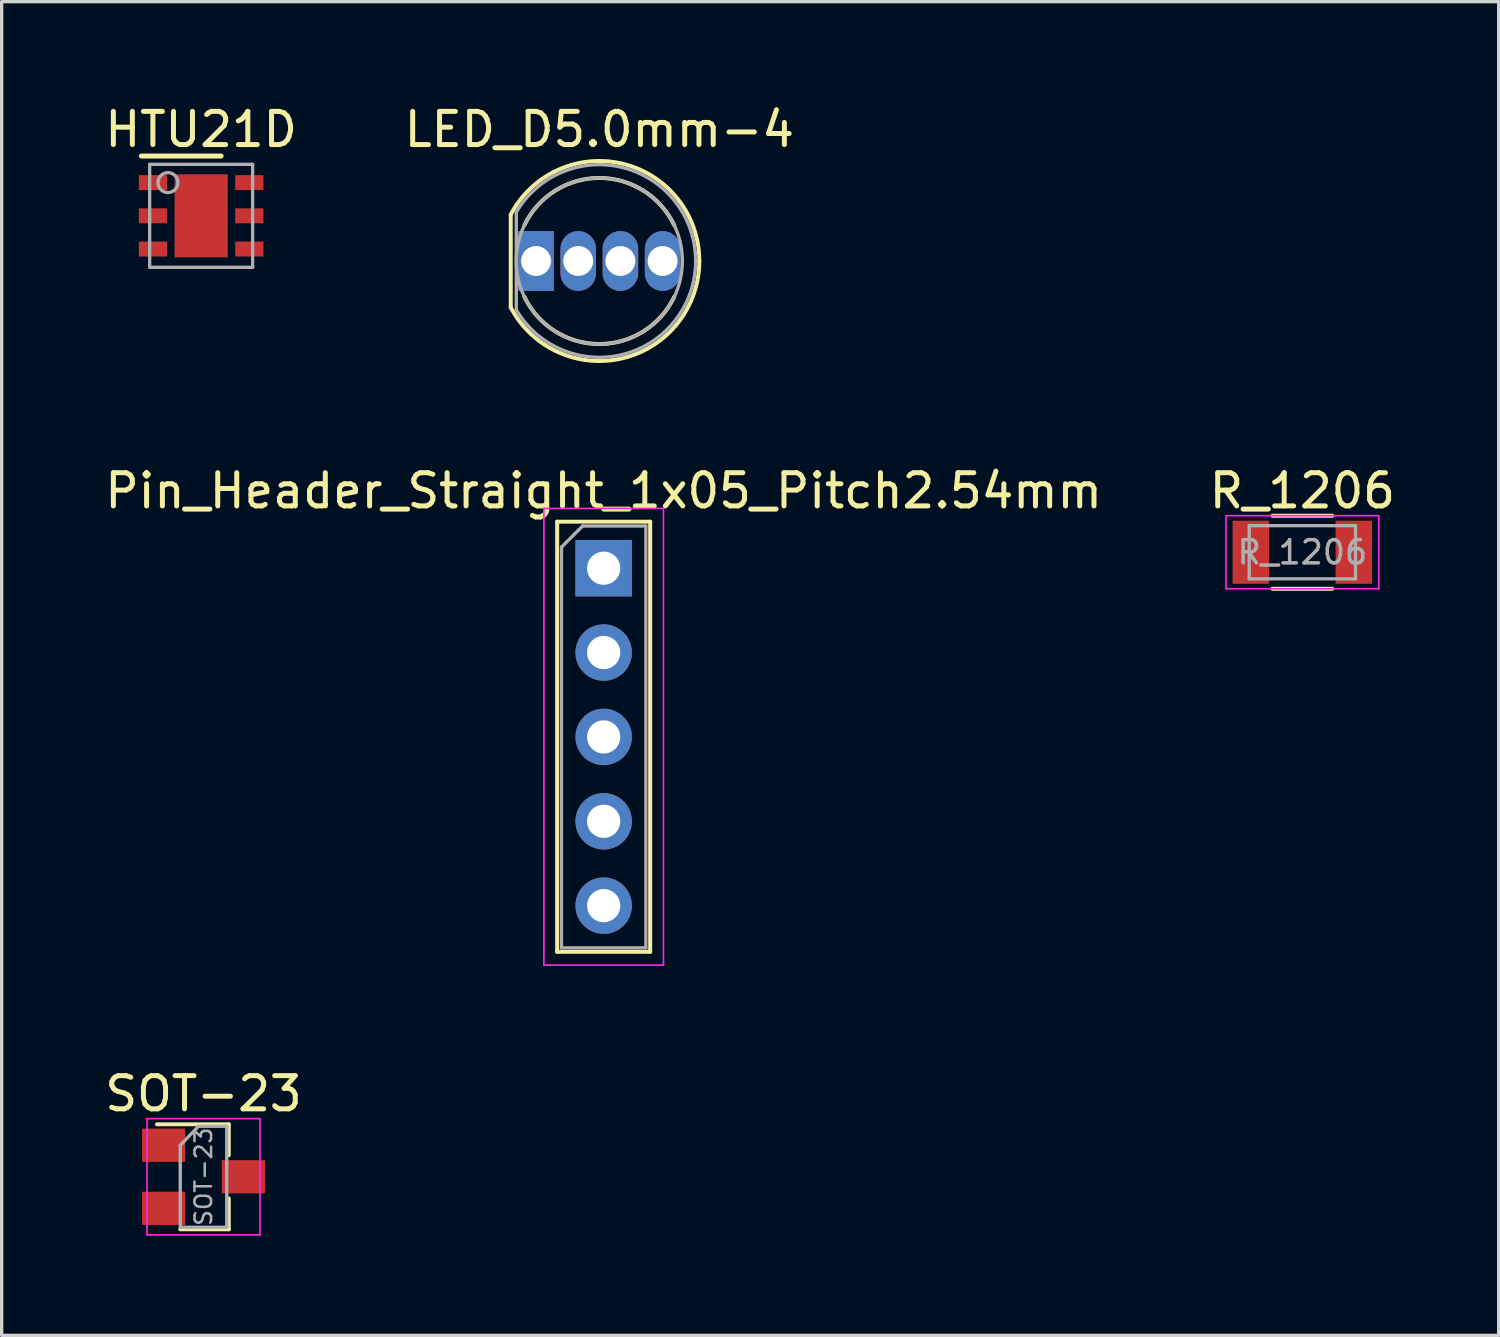
<source format=kicad_pcb>
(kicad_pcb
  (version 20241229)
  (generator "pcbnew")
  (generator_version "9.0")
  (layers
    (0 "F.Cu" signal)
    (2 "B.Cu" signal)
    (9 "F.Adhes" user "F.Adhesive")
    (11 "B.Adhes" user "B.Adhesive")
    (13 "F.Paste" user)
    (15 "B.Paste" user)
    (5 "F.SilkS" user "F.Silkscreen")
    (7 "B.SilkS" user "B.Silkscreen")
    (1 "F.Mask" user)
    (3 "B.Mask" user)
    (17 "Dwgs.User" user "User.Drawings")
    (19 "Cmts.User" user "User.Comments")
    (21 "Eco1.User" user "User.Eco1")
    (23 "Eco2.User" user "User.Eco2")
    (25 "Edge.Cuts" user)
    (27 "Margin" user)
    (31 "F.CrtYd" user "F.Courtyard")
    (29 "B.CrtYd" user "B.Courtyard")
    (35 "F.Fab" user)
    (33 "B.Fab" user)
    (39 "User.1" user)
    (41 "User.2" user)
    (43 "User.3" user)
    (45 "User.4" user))
  (footprint "LED_D5.0mm-4"
    (layer "F.Cu")
    (at 14.994 4.808)
    (property "Reference" "LED_D5.0mm-4" (at 0 -3.96 0) (layer "F.SilkS") (effects (font (size 1 1) (thickness 0.15))))
    (attr through_hole)
    (fp_line (start -2.667 -1.397) (end -2.667 1.397) (stroke (width 0.12) (type solid)) (layer "F.SilkS"))
    (fp_arc (start -2.667 -1.397) (mid 0.719333 -2.923535) (end 3.01073 0) (stroke (width 0.12) (type solid)) (layer "F.SilkS"))
    (fp_arc (start -2.254684 -1.08) (mid -0.000238 -2.5) (end 2.254479 -1.080429) (stroke (width 0.12) (type solid)) (layer "F.SilkS"))
    (fp_arc (start 2.254479 1.080429) (mid -0.000238 2.5) (end -2.254684 1.08) (stroke (width 0.12) (type solid)) (layer "F.SilkS"))
    (fp_arc (start 3.01073 0) (mid 0.719333 2.923535) (end -2.667 1.397) (stroke (width 0.12) (type solid)) (layer "F.SilkS"))
    (fp_line (start -2.5 -1.47) (end -2.5 1.47) (stroke (width 0.1) (type solid)) (layer "F.Fab"))
    (fp_arc (start -2.5 -1.469694) (mid 2.9 0.000016) (end -2.500016 1.469666) (stroke (width 0.1) (type solid)) (layer "F.Fab"))
    (fp_circle (center 0 0) (end 2.5 0) (stroke (width 0.1) (type solid)) (fill no) (layer "F.Fab"))
    (pad "1" thru_hole rect (at -1.905 0) (size 1.07 1.8) (drill 0.9) (layers "*.Cu" "*.Mask"))
    (pad "2" thru_hole oval (at -0.635 0) (size 1.07 1.8) (drill 0.9) (layers "*.Cu" "*.Mask"))
    (pad "3" thru_hole oval (at 0.635 0) (size 1.07 1.8) (drill 0.9) (layers "*.Cu" "*.Mask"))
    (pad "4" thru_hole oval (at 1.905 0) (size 1.07 1.8) (drill 0.9) (layers "*.Cu" "*.Mask")))
  (footprint "HTU21D"
    (layer "F.Cu")
    (at 3.006 3.448)
    (property "Reference" "HTU21D" (at 0 -2.6 0) (layer "F.SilkS") (effects (font (size 1 1) (thickness 0.15))))
    (attr through_hole)
    (fp_line (start -1.8 -1.8) (end 0.6 -1.8) (stroke (width 0.15) (type solid)) (layer "F.SilkS"))
    (fp_line (start -1.55 -1.55) (end 1.55 -1.55) (stroke (width 0.1) (type solid)) (layer "F.Fab"))
    (fp_line (start -1.55 1.55) (end -1.55 -1.55) (stroke (width 0.1) (type solid)) (layer "F.Fab"))
    (fp_line (start 1.55 -1.55) (end 1.55 1.55) (stroke (width 0.1) (type solid)) (layer "F.Fab"))
    (fp_line (start 1.55 1.55) (end -1.55 1.55) (stroke (width 0.1) (type solid)) (layer "F.Fab"))
    (fp_circle (center -1 -1) (end -1 -1.3) (stroke (width 0.1) (type solid)) (fill no) (layer "F.Fab"))
    (pad "0" smd rect (at 0 0) (size 1.6 2.5) (layers "F.Cu" "F.Mask" "F.Paste"))
    (pad "1" smd rect (at -1.45 -1) (size 0.85 0.45) (layers "F.Cu" "F.Mask" "F.Paste"))
    (pad "2" smd rect (at -1.45 0) (size 0.85 0.45) (layers "F.Cu" "F.Mask" "F.Paste"))
    (pad "3" smd rect (at -1.45 1) (size 0.85 0.45) (layers "F.Cu" "F.Mask" "F.Paste"))
    (pad "4" smd rect (at 1.45 1) (size 0.85 0.45) (layers "F.Cu" "F.Mask" "F.Paste"))
    (pad "5" smd rect (at 1.45 0) (size 0.85 0.45) (layers "F.Cu" "F.Mask" "F.Paste"))
    (pad "6" smd rect (at 1.45 -1) (size 0.85 0.45) (layers "F.Cu" "F.Mask" "F.Paste")))
  (footprint "Pin_Header_Straight_1x05_Pitch2.54mm"
    (layer "F.Cu")
    (at 15.125 19.137)
    (property "Reference" "Pin_Header_Straight_1x05_Pitch2.54mm" (at 0 -7.41 0) (layer "F.SilkS") (effects (font (size 1 1) (thickness 0.15))))
    (attr through_hole)
    (fp_line (start -1.4 -6.48) (end -1.4 6.47) (stroke (width 0.12) (type solid)) (layer "F.SilkS"))
    (fp_line (start -1.4 -6.48) (end 1.4 -6.48) (stroke (width 0.12) (type solid)) (layer "F.SilkS"))
    (fp_line (start -1.4 6.47) (end 1.4 6.47) (stroke (width 0.12) (type solid)) (layer "F.SilkS"))
    (fp_line (start 1.4 -6.48) (end 1.4 6.47) (stroke (width 0.12) (type solid)) (layer "F.SilkS"))
    (fp_line (start -1.8 -6.88) (end -1.8 6.87) (stroke (width 0.05) (type solid)) (layer "F.CrtYd"))
    (fp_line (start -1.8 6.87) (end 1.8 6.87) (stroke (width 0.05) (type solid)) (layer "F.CrtYd"))
    (fp_line (start 1.8 -6.88) (end -1.8 -6.88) (stroke (width 0.05) (type solid)) (layer "F.CrtYd"))
    (fp_line (start 1.8 6.87) (end 1.8 -6.88) (stroke (width 0.05) (type solid)) (layer "F.CrtYd"))
    (fp_line (start -1.27 -5.715) (end -0.635 -6.35) (stroke (width 0.1) (type solid)) (layer "F.Fab"))
    (fp_line (start -1.27 6.35) (end -1.27 -5.715) (stroke (width 0.1) (type solid)) (layer "F.Fab"))
    (fp_line (start -0.635 -6.35) (end 1.27 -6.35) (stroke (width 0.1) (type solid)) (layer "F.Fab"))
    (fp_line (start 1.27 -6.35) (end 1.27 6.35) (stroke (width 0.1) (type solid)) (layer "F.Fab"))
    (fp_line (start 1.27 6.35) (end -1.27 6.35) (stroke (width 0.1) (type solid)) (layer "F.Fab"))
    (pad "1" thru_hole rect (at 0 -5.08) (size 1.7 1.7) (drill 1) (layers "*.Cu" "*.Mask"))
    (pad "2" thru_hole oval (at 0 -2.54) (size 1.7 1.7) (drill 1) (layers "*.Cu" "*.Mask"))
    (pad "3" thru_hole oval (at 0 0) (size 1.7 1.7) (drill 1) (layers "*.Cu" "*.Mask"))
    (pad "4" thru_hole oval (at 0 2.54) (size 1.7 1.7) (drill 1) (layers "*.Cu" "*.Mask"))
    (pad "5" thru_hole oval (at 0 5.08) (size 1.7 1.7) (drill 1) (layers "*.Cu" "*.Mask")))
  (footprint "R_1206"
    (layer "F.Cu")
    (at 36.161 13.577)
    (property "Reference" "R_1206" (at 0 -1.85 0) (layer "F.SilkS") (effects (font (size 1 1) (thickness 0.15))))
    (attr smd)
    (fp_line (start -0.9 -1.1) (end 0.9 -1.1) (stroke (width 0.12) (type solid)) (layer "F.SilkS"))
    (fp_line (start 0.9 1.1) (end -0.9 1.1) (stroke (width 0.12) (type solid)) (layer "F.SilkS"))
    (fp_line (start -2.3 -1.1) (end -2.3 1.1) (stroke (width 0.05) (type solid)) (layer "F.CrtYd"))
    (fp_line (start -2.3 -1.1) (end 2.3 -1.1) (stroke (width 0.05) (type solid)) (layer "F.CrtYd"))
    (fp_line (start 2.3 1.1) (end -2.3 1.1) (stroke (width 0.05) (type solid)) (layer "F.CrtYd"))
    (fp_line (start 2.3 1.1) (end 2.3 -1.1) (stroke (width 0.05) (type solid)) (layer "F.CrtYd"))
    (fp_line (start -1.6 -0.8) (end 1.6 -0.8) (stroke (width 0.1) (type solid)) (layer "F.Fab"))
    (fp_line (start -1.6 0.8) (end -1.6 -0.8) (stroke (width 0.1) (type solid)) (layer "F.Fab"))
    (fp_line (start 1.6 -0.8) (end 1.6 0.8) (stroke (width 0.1) (type solid)) (layer "F.Fab"))
    (fp_line (start 1.6 0.8) (end -1.6 0.8) (stroke (width 0.1) (type solid)) (layer "F.Fab"))
    (fp_text user "${REFERENCE}" (at 0 0 0) (layer "F.Fab") (effects (font (size 0.7 0.7) (thickness 0.105))))
    (pad "1" smd rect (at -1.55 0) (size 1.1 1.9) (layers "F.Cu" "F.Mask" "F.Paste"))
    (pad "2" smd rect (at 1.55 0) (size 1.1 1.9) (layers "F.Cu" "F.Mask" "F.Paste")))
  (footprint "SOT-23"
    (layer "F.Cu")
    (at 3.077 32.38)
    (property "Reference" "SOT-23" (at 0 -2.5 0) (layer "F.SilkS") (effects (font (size 1 1) (thickness 0.15))))
    (attr smd)
    (fp_line (start 0.76 -1.58) (end -1.4 -1.58) (stroke (width 0.12) (type solid)) (layer "F.SilkS"))
    (fp_line (start 0.76 -1.58) (end 0.76 -0.65) (stroke (width 0.12) (type solid)) (layer "F.SilkS"))
    (fp_line (start 0.76 1.58) (end -0.7 1.58) (stroke (width 0.12) (type solid)) (layer "F.SilkS"))
    (fp_line (start 0.76 1.58) (end 0.76 0.65) (stroke (width 0.12) (type solid)) (layer "F.SilkS"))
    (fp_line (start -1.7 -1.75) (end 1.7 -1.75) (stroke (width 0.05) (type solid)) (layer "F.CrtYd"))
    (fp_line (start -1.7 1.75) (end -1.7 -1.75) (stroke (width 0.05) (type solid)) (layer "F.CrtYd"))
    (fp_line (start 1.7 -1.75) (end 1.7 1.75) (stroke (width 0.05) (type solid)) (layer "F.CrtYd"))
    (fp_line (start 1.7 1.75) (end -1.7 1.75) (stroke (width 0.05) (type solid)) (layer "F.CrtYd"))
    (fp_line (start -0.7 -0.95) (end -0.7 1.5) (stroke (width 0.1) (type solid)) (layer "F.Fab"))
    (fp_line (start -0.7 -0.95) (end -0.15 -1.52) (stroke (width 0.1) (type solid)) (layer "F.Fab"))
    (fp_line (start -0.7 1.52) (end 0.7 1.52) (stroke (width 0.1) (type solid)) (layer "F.Fab"))
    (fp_line (start -0.15 -1.52) (end 0.7 -1.52) (stroke (width 0.1) (type solid)) (layer "F.Fab"))
    (fp_line (start 0.7 -1.52) (end 0.7 1.52) (stroke (width 0.1) (type solid)) (layer "F.Fab"))
    (fp_text user "${REFERENCE}" (at 0 0 90) (layer "F.Fab") (effects (font (size 0.5 0.5) (thickness 0.075))))
    (pad "1" smd rect (at -1.2 -0.95) (size 1.3 1) (layers "F.Cu" "F.Mask" "F.Paste"))
    (pad "2" smd rect (at -1.2 0.95) (size 1.3 1) (layers "F.Cu" "F.Mask" "F.Paste"))
    (pad "3" smd rect (at 1.2 0) (size 1.3 1) (layers "F.Cu" "F.Mask" "F.Paste")))
  (gr_rect
    (start -3 -3)
    (end 42.071 37.155)
    (stroke (width 0.1) (type default))
    (fill no)
    (layer "Edge.Cuts")))
</source>
